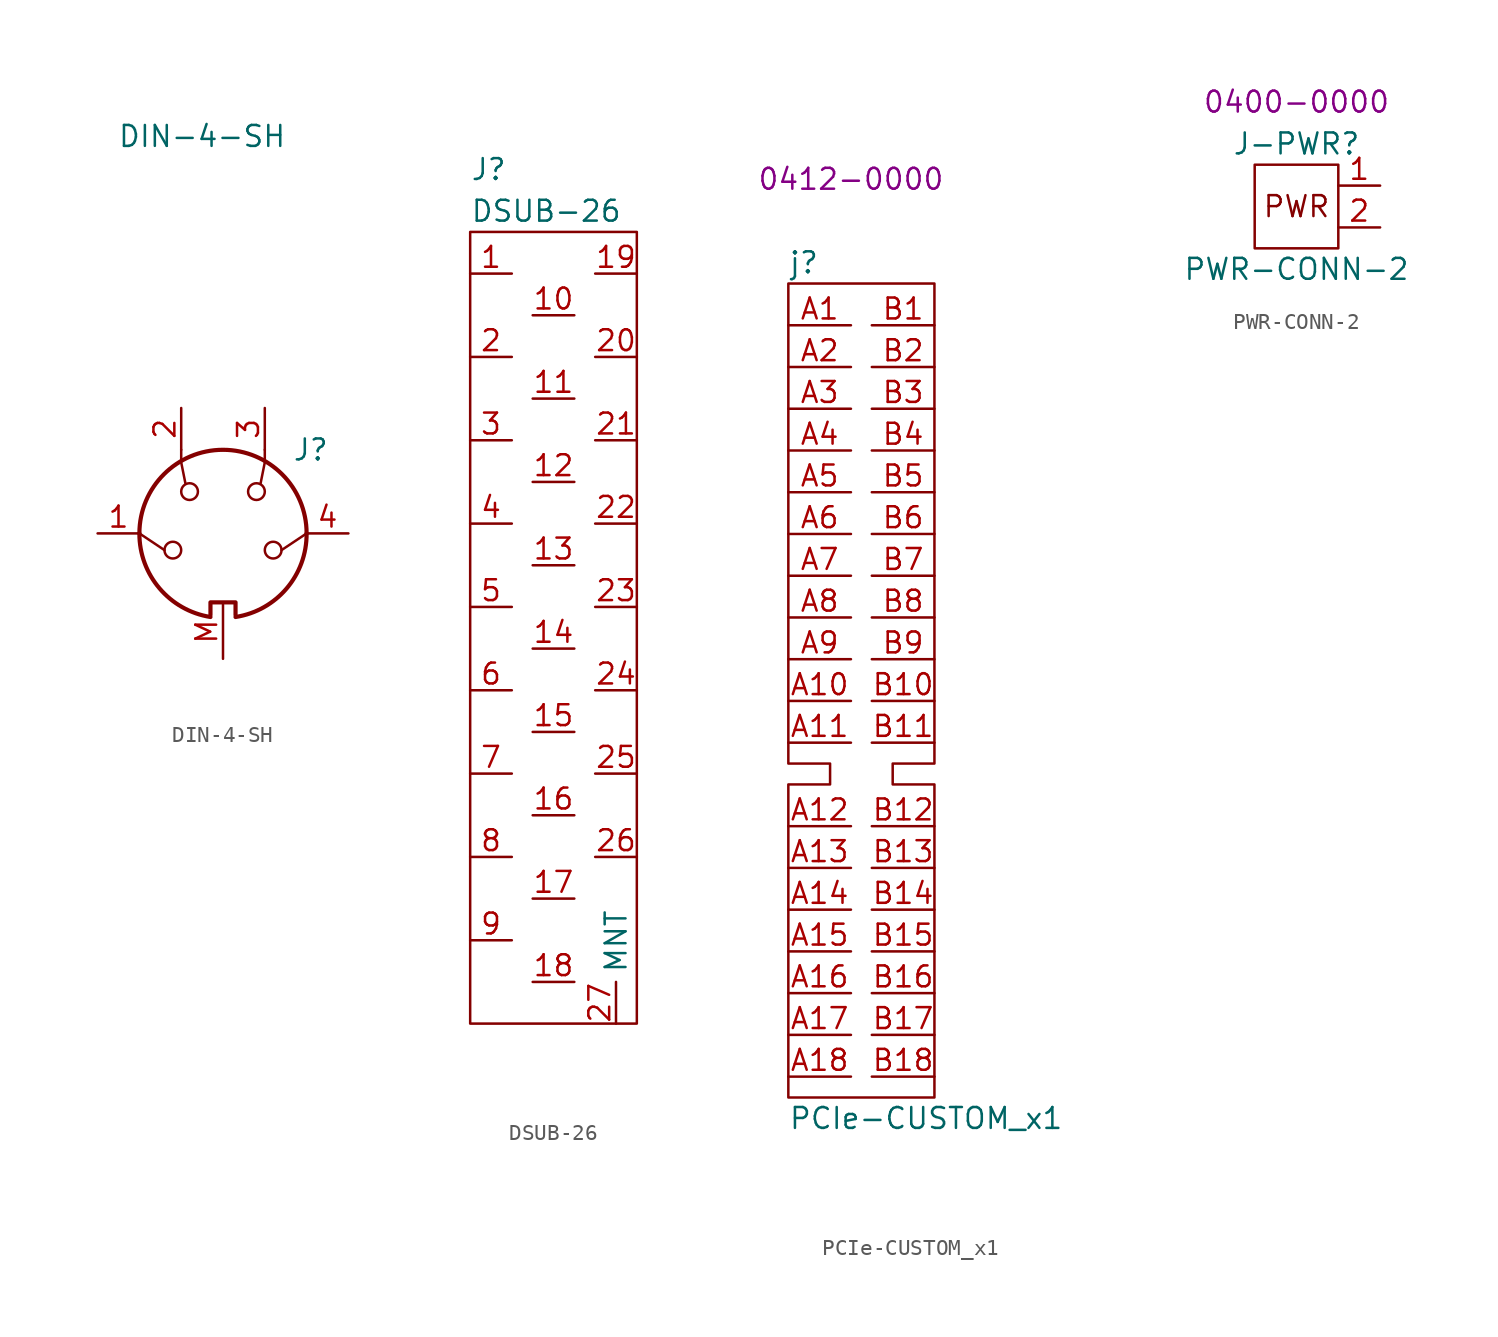
<source format=kicad_sym>
(kicad_symbol_lib
  (version 20220914)
  (generator kicad_symbol_editor)
  (symbol "DIN-4-SH"
    (pin_names
      (offset 1.016))
    (property "Reference" "J"
      (at 5.334 5.08 0)
      (effects (font (size 1.27 1.27))))
    (property "Value" "DIN-4-SH"
      (at -1.27 24.13 0)
      (effects (font (size 1.27 1.27))))
    (symbol "DIN-4-SH_0_1"
      (arc (start -5.08 0) (mid -3.8609 -3.3364) (end -0.762 -5.08) (stroke (width 0.254) (type default)) (fill (type none)))
      (circle (center -3.048 -1.016) (radius 0.508) (stroke (width 0) (type default)) (fill (type none)))
      (circle (center -2.032 2.54) (radius 0.508) (stroke (width 0) (type default)) (fill (type none)))
      (polyline (pts (xy -3.556 -1.016) (xy -5.08 0)) (stroke (width 0) (type default)) (fill (type none)))
      (polyline (pts (xy 5.08 0) (xy 3.556 -1.016)) (stroke (width 0) (type default)) (fill (type none)))
      (polyline (pts (xy -2.54 5.08) (xy -2.54 4.318) (xy -2.286 3.048)) (stroke (width 0) (type default)) (fill (type none)))
      (polyline (pts (xy 2.54 5.08) (xy 2.54 4.318) (xy 2.286 3.048)) (stroke (width 0) (type default)) (fill (type none)))
      (polyline (pts (xy -0.762 -4.953) (xy -0.762 -4.191) (xy 0.762 -4.191) (xy 0.762 -4.953)) (stroke (width 0.254) (type default)) (fill (type none)))
      (arc (start 0.762 -5.08) (mid 3.8685 -3.343) (end 5.08 0) (stroke (width 0.254) (type default)) (fill (type none)))
      (circle (center 2.032 2.54) (radius 0.508) (stroke (width 0) (type default)) (fill (type none)))
      (circle (center 3.048 -1.016) (radius 0.508) (stroke (width 0) (type default)) (fill (type none)))
      (arc (start 5.08 0) (mid 0 5.0579) (end -5.08 0) (stroke (width 0.254) (type default)) (fill (type none))))
    (symbol "DIN-4-SH_1_1"
      (pin passive line (at -7.62 0 0) (length 2.54) (name "~" (effects (font (size 1.27 1.27)))) (number "1" (effects (font (size 1.27 1.27)))))
      (pin passive line (at -2.54 7.62 270) (length 2.54) (name "~" (effects (font (size 1.27 1.27)))) (number "2" (effects (font (size 1.27 1.27)))))
      (pin passive line (at 2.54 7.62 270) (length 2.54) (name "~" (effects (font (size 1.27 1.27)))) (number "3" (effects (font (size 1.27 1.27)))))
      (pin passive line (at 7.62 0 180) (length 2.54) (name "~" (effects (font (size 1.27 1.27)))) (number "4" (effects (font (size 1.27 1.27)))))
      (pin passive line (at 0 -7.62 90) (length 3.3) (name "~" (effects (font (size 1.27 1.27)))) (number "M" (effects (font (size 1.27 1.27)))))))
  (symbol "DSUB-26"
    (property "Reference" "J"
      (at 0 3.81 0)
      (effects (font (size 1.27 1.27)) (justify left)))
    (property "Value" "DSUB-26"
      (at 0 1.27 0)
      (effects (font (size 1.27 1.27)) (justify left)))
    (symbol "DSUB-26_0_0"
      (pin passive line (at 0 -2.54 0) (length 2.54) (name "~" (effects (font (size 1.27 1.27)))) (number "1" (effects (font (size 1.27 1.27)))))
      (pin passive line (at 3.81 -5.08 0) (length 2.54) (name "~" (effects (font (size 1.27 1.27)))) (number "10" (effects (font (size 1.27 1.27)))))
      (pin passive line (at 3.81 -10.16 0) (length 2.54) (name "~" (effects (font (size 1.27 1.27)))) (number "11" (effects (font (size 1.27 1.27)))))
      (pin passive line (at 3.81 -15.24 0) (length 2.54) (name "~" (effects (font (size 1.27 1.27)))) (number "12" (effects (font (size 1.27 1.27)))))
      (pin passive line (at 3.81 -20.32 0) (length 2.54) (name "~" (effects (font (size 1.27 1.27)))) (number "13" (effects (font (size 1.27 1.27)))))
      (pin passive line (at 3.81 -25.4 0) (length 2.54) (name "~" (effects (font (size 1.27 1.27)))) (number "14" (effects (font (size 1.27 1.27)))))
      (pin passive line (at 3.81 -30.48 0) (length 2.54) (name "~" (effects (font (size 1.27 1.27)))) (number "15" (effects (font (size 1.27 1.27)))))
      (pin passive line (at 3.81 -35.56 0) (length 2.54) (name "~" (effects (font (size 1.27 1.27)))) (number "16" (effects (font (size 1.27 1.27)))))
      (pin passive line (at 3.81 -40.64 0) (length 2.54) (name "~" (effects (font (size 1.27 1.27)))) (number "17" (effects (font (size 1.27 1.27)))))
      (pin passive line (at 3.81 -45.72 0) (length 2.54) (name "~" (effects (font (size 1.27 1.27)))) (number "18" (effects (font (size 1.27 1.27)))))
      (pin passive line (at 10.16 -2.54 180) (length 2.54) (name "~" (effects (font (size 1.27 1.27)))) (number "19" (effects (font (size 1.27 1.27)))))
      (pin passive line (at 0 -7.62 0) (length 2.54) (name "~" (effects (font (size 1.27 1.27)))) (number "2" (effects (font (size 1.27 1.27)))))
      (pin passive line (at 10.16 -7.62 180) (length 2.54) (name "~" (effects (font (size 1.27 1.27)))) (number "20" (effects (font (size 1.27 1.27)))))
      (pin passive line (at 10.16 -12.7 180) (length 2.54) (name "~" (effects (font (size 1.27 1.27)))) (number "21" (effects (font (size 1.27 1.27)))))
      (pin passive line (at 10.16 -17.78 180) (length 2.54) (name "~" (effects (font (size 1.27 1.27)))) (number "22" (effects (font (size 1.27 1.27)))))
      (pin passive line (at 10.16 -22.86 180) (length 2.54) (name "~" (effects (font (size 1.27 1.27)))) (number "23" (effects (font (size 1.27 1.27)))))
      (pin passive line (at 10.16 -27.94 180) (length 2.54) (name "~" (effects (font (size 1.27 1.27)))) (number "24" (effects (font (size 1.27 1.27)))))
      (pin passive line (at 10.16 -33.02 180) (length 2.54) (name "~" (effects (font (size 1.27 1.27)))) (number "25" (effects (font (size 1.27 1.27)))))
      (pin passive line (at 10.16 -38.1 180) (length 2.54) (name "~" (effects (font (size 1.27 1.27)))) (number "26" (effects (font (size 1.27 1.27)))))
      (pin passive line (at 8.89 -48.26 90) (length 2.54) (name "MNT" (effects (font (size 1.27 1.27)))) (number "27" (effects (font (size 1.27 1.27)))))
      (pin passive line (at 0 -12.7 0) (length 2.54) (name "~" (effects (font (size 1.27 1.27)))) (number "3" (effects (font (size 1.27 1.27)))))
      (pin passive line (at 0 -17.78 0) (length 2.54) (name "~" (effects (font (size 1.27 1.27)))) (number "4" (effects (font (size 1.27 1.27)))))
      (pin passive line (at 0 -22.86 0) (length 2.54) (name "~" (effects (font (size 1.27 1.27)))) (number "5" (effects (font (size 1.27 1.27)))))
      (pin passive line (at 0 -27.94 0) (length 2.54) (name "~" (effects (font (size 1.27 1.27)))) (number "6" (effects (font (size 1.27 1.27)))))
      (pin passive line (at 0 -33.02 0) (length 2.54) (name "~" (effects (font (size 1.27 1.27)))) (number "7" (effects (font (size 1.27 1.27)))))
      (pin passive line (at 0 -38.1 0) (length 2.54) (name "~" (effects (font (size 1.27 1.27)))) (number "8" (effects (font (size 1.27 1.27)))))
      (pin passive line (at 0 -43.18 0) (length 2.54) (name "~" (effects (font (size 1.27 1.27)))) (number "9" (effects (font (size 1.27 1.27))))))
    (symbol "DSUB-26_0_1"
      (rectangle (start 0 0) (end 10.16 -48.26) (stroke (width 0) (type default)) (fill (type none)))))
  (symbol "PCIe-CUSTOM_x1"
    (property "Reference" "j"
      (at -2.54 30.48 0)
      (effects (font (size 1.27 1.27)) (justify left)))
    (property "Value" "PCIe-CUSTOM_x1"
      (at -2.54 -21.59 0)
      (effects (font (size 1.27 1.27)) (justify left)))
    (property "PartNumber" "0412-0000"
      (at 1.27 35.56 0)
      (effects (font (size 1.27 1.27))))
    (symbol "PCIe-CUSTOM_x1_0_0"
      (pin passive line (at -2.54 26.67 0) (length 3.81) (name "" (effects (font (size 1.27 1.27)))) (number "A1" (effects (font (size 1.27 1.27)))))
      (pin passive line (at -2.54 3.81 0) (length 3.81) (name "" (effects (font (size 1.27 1.27)))) (number "A10" (effects (font (size 1.27 1.27)))))
      (pin passive line (at -2.54 1.27 0) (length 3.81) (name "" (effects (font (size 1.27 1.27)))) (number "A11" (effects (font (size 1.27 1.27)))))
      (pin passive line (at -2.54 -3.81 0) (length 3.81) (name "" (effects (font (size 1.27 1.27)))) (number "A12" (effects (font (size 1.27 1.27)))))
      (pin passive line (at -2.54 -6.35 0) (length 3.81) (name "" (effects (font (size 1.27 1.27)))) (number "A13" (effects (font (size 1.27 1.27)))))
      (pin passive line (at -2.54 -8.89 0) (length 3.81) (name "" (effects (font (size 1.27 1.27)))) (number "A14" (effects (font (size 1.27 1.27)))))
      (pin passive line (at -2.54 -11.43 0) (length 3.81) (name "" (effects (font (size 1.27 1.27)))) (number "A15" (effects (font (size 1.27 1.27)))))
      (pin passive line (at -2.54 -13.97 0) (length 3.81) (name "" (effects (font (size 1.27 1.27)))) (number "A16" (effects (font (size 1.27 1.27)))))
      (pin passive line (at -2.54 -16.51 0) (length 3.81) (name "" (effects (font (size 1.27 1.27)))) (number "A17" (effects (font (size 1.27 1.27)))))
      (pin passive line (at -2.54 -19.05 0) (length 3.81) (name "" (effects (font (size 1.27 1.27)))) (number "A18" (effects (font (size 1.27 1.27)))))
      (pin passive line (at -2.54 24.13 0) (length 3.81) (name "" (effects (font (size 1.27 1.27)))) (number "A2" (effects (font (size 1.27 1.27)))))
      (pin passive line (at -2.54 21.59 0) (length 3.81) (name "" (effects (font (size 1.27 1.27)))) (number "A3" (effects (font (size 1.27 1.27)))))
      (pin passive line (at -2.54 19.05 0) (length 3.81) (name "" (effects (font (size 1.27 1.27)))) (number "A4" (effects (font (size 1.27 1.27)))))
      (pin passive line (at -2.54 16.51 0) (length 3.81) (name "" (effects (font (size 1.27 1.27)))) (number "A5" (effects (font (size 1.27 1.27)))))
      (pin passive line (at -2.54 13.97 0) (length 3.81) (name "" (effects (font (size 1.27 1.27)))) (number "A6" (effects (font (size 1.27 1.27)))))
      (pin passive line (at -2.54 11.43 0) (length 3.81) (name "" (effects (font (size 1.27 1.27)))) (number "A7" (effects (font (size 1.27 1.27)))))
      (pin passive line (at -2.54 8.89 0) (length 3.81) (name "" (effects (font (size 1.27 1.27)))) (number "A8" (effects (font (size 1.27 1.27)))))
      (pin passive line (at -2.54 6.35 0) (length 3.81) (name "" (effects (font (size 1.27 1.27)))) (number "A9" (effects (font (size 1.27 1.27)))))
      (pin passive line (at 6.35 26.67 180) (length 3.81) (name "" (effects (font (size 1.27 1.27)))) (number "B1" (effects (font (size 1.27 1.27)))))
      (pin passive line (at 6.35 3.81 180) (length 3.81) (name "" (effects (font (size 1.27 1.27)))) (number "B10" (effects (font (size 1.27 1.27)))))
      (pin passive line (at 6.35 1.27 180) (length 3.81) (name "" (effects (font (size 1.27 1.27)))) (number "B11" (effects (font (size 1.27 1.27)))))
      (pin passive line (at 6.35 -3.81 180) (length 3.81) (name "" (effects (font (size 1.27 1.27)))) (number "B12" (effects (font (size 1.27 1.27)))))
      (pin passive line (at 6.35 -6.35 180) (length 3.81) (name "" (effects (font (size 1.27 1.27)))) (number "B13" (effects (font (size 1.27 1.27)))))
      (pin passive line (at 6.35 -8.89 180) (length 3.81) (name "" (effects (font (size 1.27 1.27)))) (number "B14" (effects (font (size 1.27 1.27)))))
      (pin passive line (at 6.35 -11.43 180) (length 3.81) (name "" (effects (font (size 1.27 1.27)))) (number "B15" (effects (font (size 1.27 1.27)))))
      (pin passive line (at 6.35 -13.97 180) (length 3.81) (name "" (effects (font (size 1.27 1.27)))) (number "B16" (effects (font (size 1.27 1.27)))))
      (pin passive line (at 6.35 -16.51 180) (length 3.81) (name "" (effects (font (size 1.27 1.27)))) (number "B17" (effects (font (size 1.27 1.27)))))
      (pin passive line (at 6.35 -19.05 180) (length 3.81) (name "" (effects (font (size 1.27 1.27)))) (number "B18" (effects (font (size 1.27 1.27)))))
      (pin passive line (at 6.35 24.13 180) (length 3.81) (name "" (effects (font (size 1.27 1.27)))) (number "B2" (effects (font (size 1.27 1.27)))))
      (pin passive line (at 6.35 21.59 180) (length 3.81) (name "" (effects (font (size 1.27 1.27)))) (number "B3" (effects (font (size 1.27 1.27)))))
      (pin passive line (at 6.35 19.05 180) (length 3.81) (name "" (effects (font (size 1.27 1.27)))) (number "B4" (effects (font (size 1.27 1.27)))))
      (pin passive line (at 6.35 16.51 180) (length 3.81) (name "" (effects (font (size 1.27 1.27)))) (number "B5" (effects (font (size 1.27 1.27)))))
      (pin passive line (at 6.35 13.97 180) (length 3.81) (name "" (effects (font (size 1.27 1.27)))) (number "B6" (effects (font (size 1.27 1.27)))))
      (pin passive line (at 6.35 11.43 180) (length 3.81) (name "" (effects (font (size 1.27 1.27)))) (number "B7" (effects (font (size 1.27 1.27)))))
      (pin passive line (at 6.35 8.89 180) (length 3.81) (name "" (effects (font (size 1.27 1.27)))) (number "B8" (effects (font (size 1.27 1.27)))))
      (pin passive line (at 6.35 6.35 180) (length 3.81) (name "" (effects (font (size 1.27 1.27)))) (number "B9" (effects (font (size 1.27 1.27))))))
    (symbol "PCIe-CUSTOM_x1_0_1"
      (polyline (pts (xy 6.35 -20.32) (xy 6.35 -1.27) (xy 3.81 -1.27) (xy 3.81 0) (xy 6.35 0) (xy 6.35 29.21) (xy -2.54 29.21) (xy -2.54 0) (xy 0 0) (xy 0 -1.27) (xy -2.54 -1.27) (xy -2.54 -20.32) (xy 6.35 -20.32)) (stroke (width 0) (type default)) (fill (type none)))))
  (symbol "PWR-CONN-2"
    (property "Reference" "J-PWR"
      (at 0 3.81 0)
      (effects (font (size 1.27 1.27))))
    (property "Value" "PWR-CONN-2"
      (at 0 -3.81 0)
      (effects (font (size 1.27 1.27))))
    (property "PartNumber" "0400-0000"
      (at 0 6.35 0)
      (effects (font (size 1.27 1.27))))
    (symbol "PWR-CONN-2_0_0"
      (text "PWR" (at 0 0 0) (effects (font (size 1.27 1.27))))
      (pin passive line (at 5.08 1.27 180) (length 2.54) (name "~" (effects (font (size 1.27 1.27)))) (number "1" (effects (font (size 1.27 1.27)))) (alternate "+" input line) (alternate "VCC" input line))
      (pin passive line (at 5.08 -1.27 180) (length 2.54) (name "~" (effects (font (size 1.27 1.27)))) (number "2" (effects (font (size 1.27 1.27)))) (alternate "-" passive line) (alternate "GND" passive line)))
    (symbol "PWR-CONN-2_0_1"
      (rectangle (start -2.54 2.54) (end 2.54 -2.54) (stroke (width 0) (type default)) (fill (type none))))))
</source>
